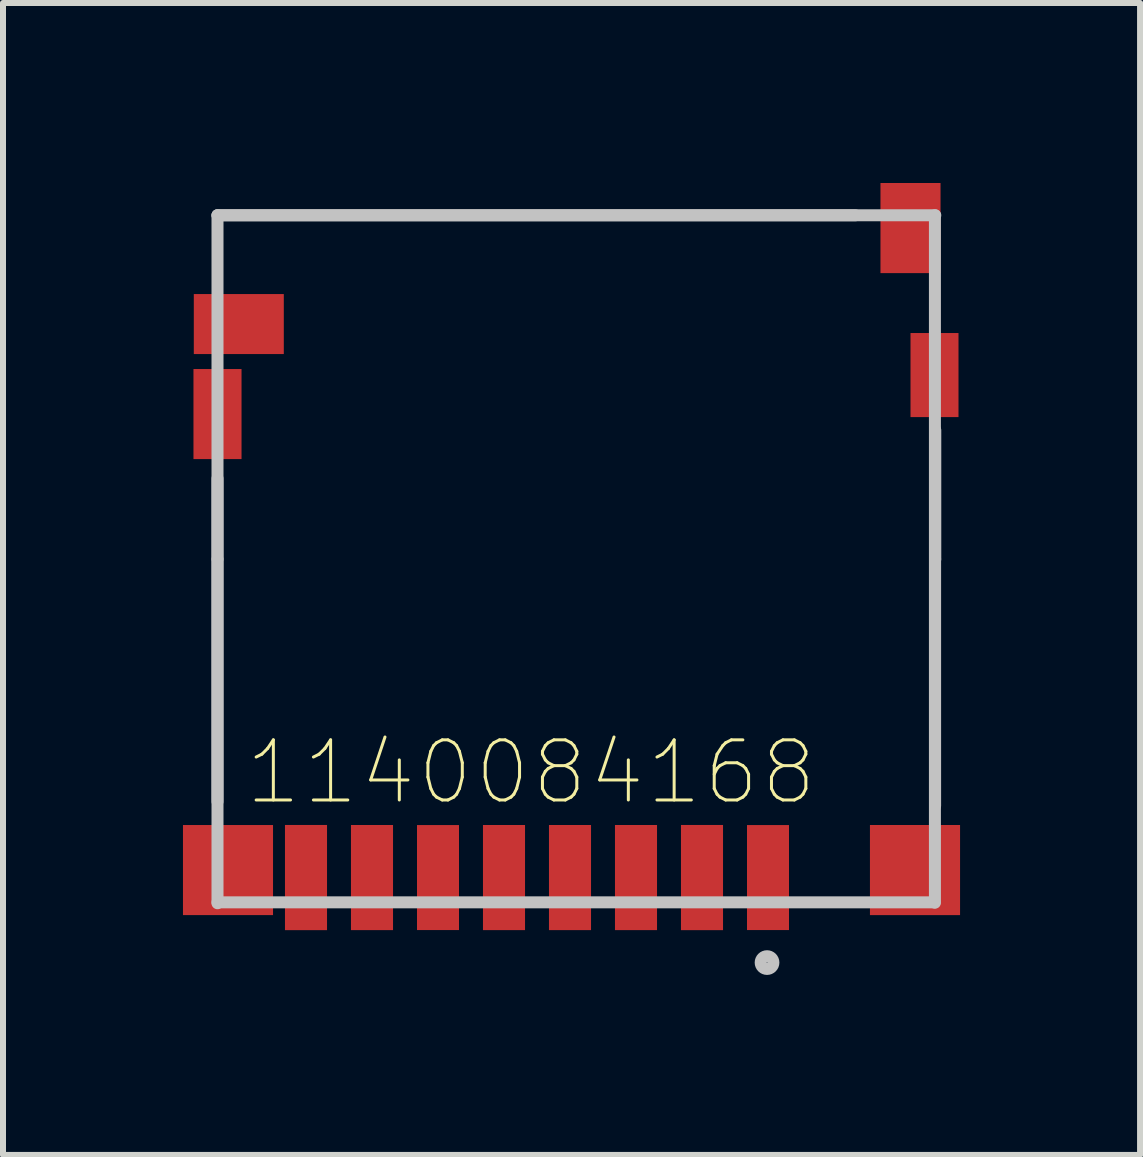
<source format=kicad_pcb>
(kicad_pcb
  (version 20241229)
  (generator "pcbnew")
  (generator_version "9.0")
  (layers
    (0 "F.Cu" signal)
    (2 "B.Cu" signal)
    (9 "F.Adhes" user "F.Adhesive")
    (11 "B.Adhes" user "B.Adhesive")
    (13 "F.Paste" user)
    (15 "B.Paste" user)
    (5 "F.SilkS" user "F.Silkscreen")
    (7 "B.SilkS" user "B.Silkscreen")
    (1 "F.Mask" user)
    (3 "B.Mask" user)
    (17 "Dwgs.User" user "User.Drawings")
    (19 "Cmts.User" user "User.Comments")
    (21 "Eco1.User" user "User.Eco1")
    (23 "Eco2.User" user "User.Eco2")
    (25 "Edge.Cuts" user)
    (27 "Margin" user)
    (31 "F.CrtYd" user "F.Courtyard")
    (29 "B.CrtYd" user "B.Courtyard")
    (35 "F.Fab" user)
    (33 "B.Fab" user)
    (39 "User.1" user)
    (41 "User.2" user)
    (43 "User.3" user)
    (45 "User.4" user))
  (footprint "1140084168"
    (layer "F.Cu")
    (at 0.575 0.538)
    (property "Reference" "1140084168" (at 5.225 9.284 0) (layer "F.SilkS") (effects (font (size 1.002 1.002) (thickness 0.05))))
    (attr smd)
    (fp_line (start 0 0) (end 10.631 0) (stroke (width 0.2) (type solid)) (layer "Dwgs.User"))
    (fp_line (start 0 0) (end 11.963 0) (stroke (width 0.2) (type solid)) (layer "Dwgs.User"))
    (fp_line (start 0 5.729) (end 0 4.388) (stroke (width 0.2) (type solid)) (layer "Dwgs.User"))
    (fp_line (start 0 5.735) (end 0 9.771) (stroke (width 0.2) (type solid)) (layer "Dwgs.User"))
    (fp_line (start 0 11.466) (end 0 0) (stroke (width 0.2) (type solid)) (layer "Dwgs.User"))
    (fp_line (start 11.951 11.451) (end 0 11.451) (stroke (width 0.2) (type solid)) (layer "Dwgs.User"))
    (fp_line (start 11.957 0) (end 11.957 11.457) (stroke (width 0.2) (type solid)) (layer "Dwgs.User"))
    (fp_line (start 11.96 5.73) (end 11.96 9.841) (stroke (width 0.2) (type solid)) (layer "Dwgs.User"))
    (fp_line (start 11.963 5.731) (end 11.963 3.583) (stroke (width 0.2) (type solid)) (layer "Dwgs.User"))
    (fp_circle (center 9.159 12.455) (end 9.265 12.455) (stroke (width 0.2) (type solid)) (fill no) (layer "Dwgs.User"))
    (pad "1" smd rect (at 9.175 11.038 90) (size 1.75 0.7) (layers "F.Cu" "F.Mask" "F.Paste"))
    (pad "2" smd rect (at 8.075 11.038 90) (size 1.753 0.701) (layers "F.Cu" "F.Mask" "F.Paste"))
    (pad "3" smd rect (at 6.975 11.038 90) (size 1.752 0.701) (layers "F.Cu" "F.Mask" "F.Paste"))
    (pad "4" smd rect (at 5.875 11.038 90) (size 1.752 0.701) (layers "F.Cu" "F.Mask" "F.Paste"))
    (pad "5" smd rect (at 4.775 11.038 90) (size 1.752 0.701) (layers "F.Cu" "F.Mask" "F.Paste"))
    (pad "6" smd rect (at 3.675 11.038 90) (size 1.75 0.7) (layers "F.Cu" "F.Mask" "F.Paste"))
    (pad "7" smd rect (at 2.575 11.038 90) (size 1.752 0.701) (layers "F.Cu" "F.Mask" "F.Paste"))
    (pad "8" smd rect (at 1.475 11.038 90) (size 1.753 0.701) (layers "F.Cu" "F.Mask" "F.Paste"))
    (pad "9" smd rect (at 0.355 1.813) (size 1.5 1) (layers "F.Cu" "F.Mask" "F.Paste"))
    (pad "10" smd rect (at 11.55 0.213 90) (size 1.502 1.001) (layers "F.Cu" "F.Mask" "F.Paste"))
    (pad "11" smd rect (at 0 3.313 90) (size 1.501 0.801) (layers "F.Cu" "F.Mask" "F.Paste"))
    (pad "11" smd rect (at 0.175 10.913) (size 1.501 1.501) (layers "F.Cu" "F.Mask" "F.Paste"))
    (pad "11" smd rect (at 11.625 10.913) (size 1.502 1.502) (layers "F.Cu" "F.Mask" "F.Paste"))
    (pad "11" smd rect (at 11.95 2.663 90) (size 1.401 0.8) (layers "F.Cu" "F.Mask" "F.Paste")))
  (gr_rect
    (start -3 -3)
    (end 15.951 16.199)
    (stroke (width 0.1) (type default))
    (fill no)
    (layer "Edge.Cuts")))
</source>
